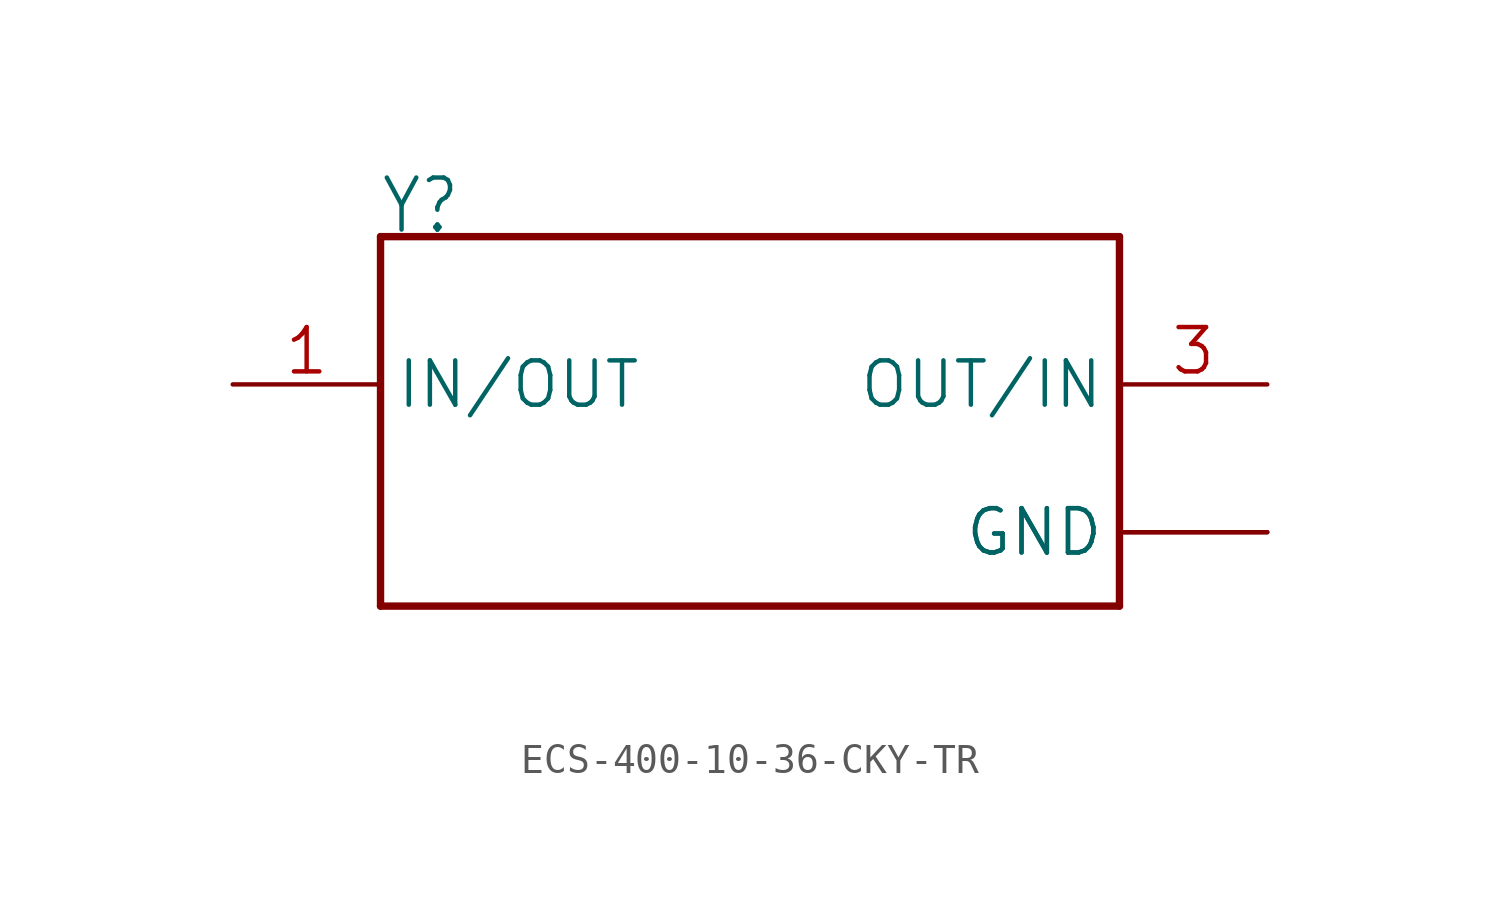
<source format=kicad_sym>
(kicad_symbol_lib
  (version 20241209)
  (generator "kicad_symbol_editor")
  (generator_version "9.0")
  (symbol "ECS-400-10-36-CKY-TR"
    (property "Reference" "Y"
      (at -12.729 7.637 0)
      (effects (font (size 1.788 1.52)) (justify left bottom)))
    (property "Value" ""
      (at -12.709 -7.625 0)
      (effects (font (size 1.781 1.514)) (justify left bottom)))
    (property "ki_locked" ""
      (at 0 0 0)
      (effects (font (size 1.27 1.27))))
    (symbol "ECS-400-10-36-CKY-TR_1_0"
      (polyline (pts (xy -12.7 7.62) (xy -12.7 -5.08)) (stroke (width 0.254) (type solid)) (fill (type none)))
      (polyline (pts (xy -12.7 -5.08) (xy 12.7 -5.08)) (stroke (width 0.254) (type solid)) (fill (type none)))
      (polyline (pts (xy 12.7 7.62) (xy -12.7 7.62)) (stroke (width 0.254) (type solid)) (fill (type none)))
      (polyline (pts (xy 12.7 -5.08) (xy 12.7 7.62)) (stroke (width 0.254) (type solid)) (fill (type none)))
      (pin bidirectional line (at -17.78 2.54 0) (length 5.08) (name "IN/OUT" (effects (font (size 1.524 1.524)))) (number "1" (effects (font (size 1.524 1.524)))))
      (pin bidirectional line (at 17.78 2.54 180) (length 5.08) (name "OUT/IN" (effects (font (size 1.524 1.524)))) (number "3" (effects (font (size 1.524 1.524)))))
      (pin power_in line (at 17.78 -2.54 180) (length 5.08) (name "GND" (effects (font (size 1.524 1.524)))) (number "2" (effects (font (size 0 0)))))
      (pin power_in line (at 17.78 -2.54 180) (length 5.08) (name "GND" (effects (font (size 1.524 1.524)))) (number "4" (effects (font (size 0 0))))))))
</source>
